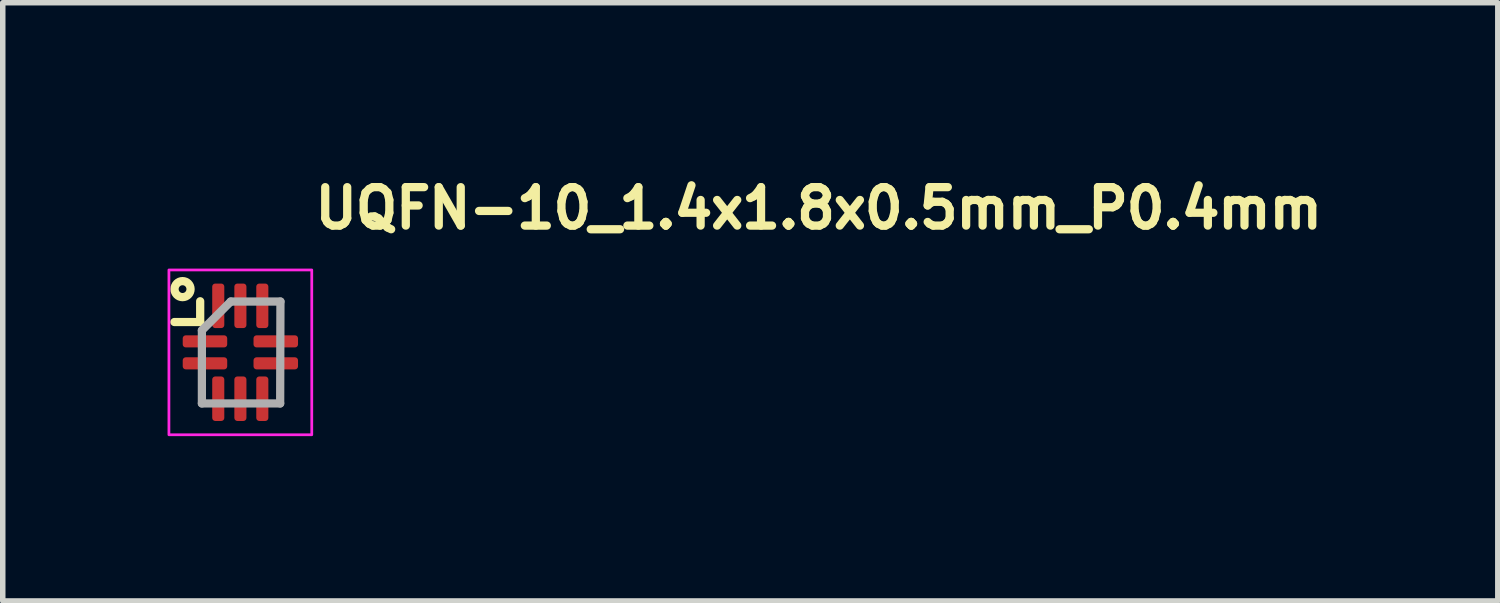
<source format=kicad_pcb>
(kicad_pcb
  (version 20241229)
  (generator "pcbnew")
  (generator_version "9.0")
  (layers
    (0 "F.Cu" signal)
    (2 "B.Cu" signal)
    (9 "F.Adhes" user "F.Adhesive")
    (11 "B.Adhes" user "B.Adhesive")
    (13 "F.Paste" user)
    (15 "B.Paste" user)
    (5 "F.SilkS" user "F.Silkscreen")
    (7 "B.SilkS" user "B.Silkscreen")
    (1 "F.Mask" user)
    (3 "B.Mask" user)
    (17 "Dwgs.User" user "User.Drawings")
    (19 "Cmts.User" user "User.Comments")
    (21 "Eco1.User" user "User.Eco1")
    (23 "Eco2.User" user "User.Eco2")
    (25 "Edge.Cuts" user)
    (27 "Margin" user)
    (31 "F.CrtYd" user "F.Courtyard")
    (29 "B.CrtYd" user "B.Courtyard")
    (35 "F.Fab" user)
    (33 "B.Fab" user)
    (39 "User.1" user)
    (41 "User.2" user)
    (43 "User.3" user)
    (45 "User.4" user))
  (footprint "UQFN-10_1.4x1.8x0.5mm_P0.4mm"
    (layer "F.Cu")
    (at 1.325 3.364)
    (property "Reference" "UQFN-10_1.4x1.8x0.5mm_P0.4mm" (at 1.28 -2.214 0) (layer "F.SilkS") (effects (font (size 0.7 0.7) (thickness 0.15)) (justify left bottom)))
    (attr smd)
    (fp_line (start -0.731 -0.552) (end -1.2 -0.552) (stroke (width 0.15) (type solid)) (layer "F.SilkS"))
    (fp_line (start -0.731 -0.552) (end -0.731 -0.93) (stroke (width 0.15) (type solid)) (layer "F.SilkS"))
    (fp_circle (center -1.052 -1.151) (end -0.981 -1.151) (stroke (width 0.15) (type solid)) (fill no) (layer "F.SilkS"))
    (fp_rect (start -1.3 -1.5) (end 1.3 1.5) (stroke (width 0.05) (type solid)) (fill no) (layer "F.CrtYd"))
    (fp_line (start -0.7 -0.4) (end -0.175 -0.925) (stroke (width 0.15) (type solid)) (layer "F.Fab"))
    (fp_line (start -0.7 0.93) (end -0.7 -0.4) (stroke (width 0.15) (type solid)) (layer "F.Fab"))
    (fp_line (start -0.175 -0.925) (end 0.73 -0.925) (stroke (width 0.15) (type solid)) (layer "F.Fab"))
    (fp_line (start 0.725 0.93) (end -0.7 0.93) (stroke (width 0.15) (type solid)) (layer "F.Fab"))
    (fp_line (start 0.73 -0.925) (end 0.725 0.93) (stroke (width 0.15) (type solid)) (layer "F.Fab"))
    (fp_rect (start -0.7 -0.901) (end 0.7 0.9) (stroke (width 0.1) (type solid)) (fill no) (layer "User.5"))
    (fp_line (start -0.7 -0.901) (end -0.7 0.9) (stroke (width 0.02) (type solid)) (layer "User.9"))
    (fp_line (start -0.7 0.9) (end 0.7 0.9) (stroke (width 0.02) (type solid)) (layer "User.9"))
    (fp_line (start 0.7 -0.901) (end -0.7 -0.901) (stroke (width 0.02) (type solid)) (layer "User.9"))
    (fp_line (start 0.7 0.9) (end 0.7 -0.901) (stroke (width 0.02) (type solid)) (layer "User.9"))
    (pad "1" smd roundrect (at -0.644 -0.2) (size 0.81 0.22) (layers "F.Cu" "F.Mask" "F.Paste") (roundrect_rratio 0.25))
    (pad "2" smd roundrect (at -0.644 0.2) (size 0.81 0.22) (layers "F.Cu" "F.Mask" "F.Paste") (roundrect_rratio 0.25))
    (pad "3" smd roundrect (at -0.402 0.844 270) (size 0.81 0.22) (layers "F.Cu" "F.Mask" "F.Paste") (roundrect_rratio 0.25))
    (pad "4" smd roundrect (at 0.001 0.844 270) (size 0.81 0.22) (layers "F.Cu" "F.Mask" "F.Paste") (roundrect_rratio 0.25))
    (pad "5" smd roundrect (at 0.4 0.844 270) (size 0.81 0.22) (layers "F.Cu" "F.Mask" "F.Paste") (roundrect_rratio 0.25))
    (pad "6" smd roundrect (at 0.645 0.2) (size 0.81 0.22) (layers "F.Cu" "F.Mask" "F.Paste") (roundrect_rratio 0.25))
    (pad "7" smd roundrect (at 0.645 -0.2) (size 0.81 0.22) (layers "F.Cu" "F.Mask" "F.Paste") (roundrect_rratio 0.25))
    (pad "8" smd roundrect (at 0.4 -0.847 270) (size 0.81 0.22) (layers "F.Cu" "F.Mask" "F.Paste") (roundrect_rratio 0.25))
    (pad "9" smd roundrect (at 0.001 -0.847 270) (size 0.81 0.22) (layers "F.Cu" "F.Mask" "F.Paste") (roundrect_rratio 0.25))
    (pad "10" smd roundrect (at -0.402 -0.847 270) (size 0.81 0.22) (layers "F.Cu" "F.Mask" "F.Paste") (roundrect_rratio 0.25)))
  (gr_rect
    (start -3 -3)
    (end 24.215 7.889)
    (stroke (width 0.1) (type default))
    (fill no)
    (layer "Edge.Cuts")))
</source>
